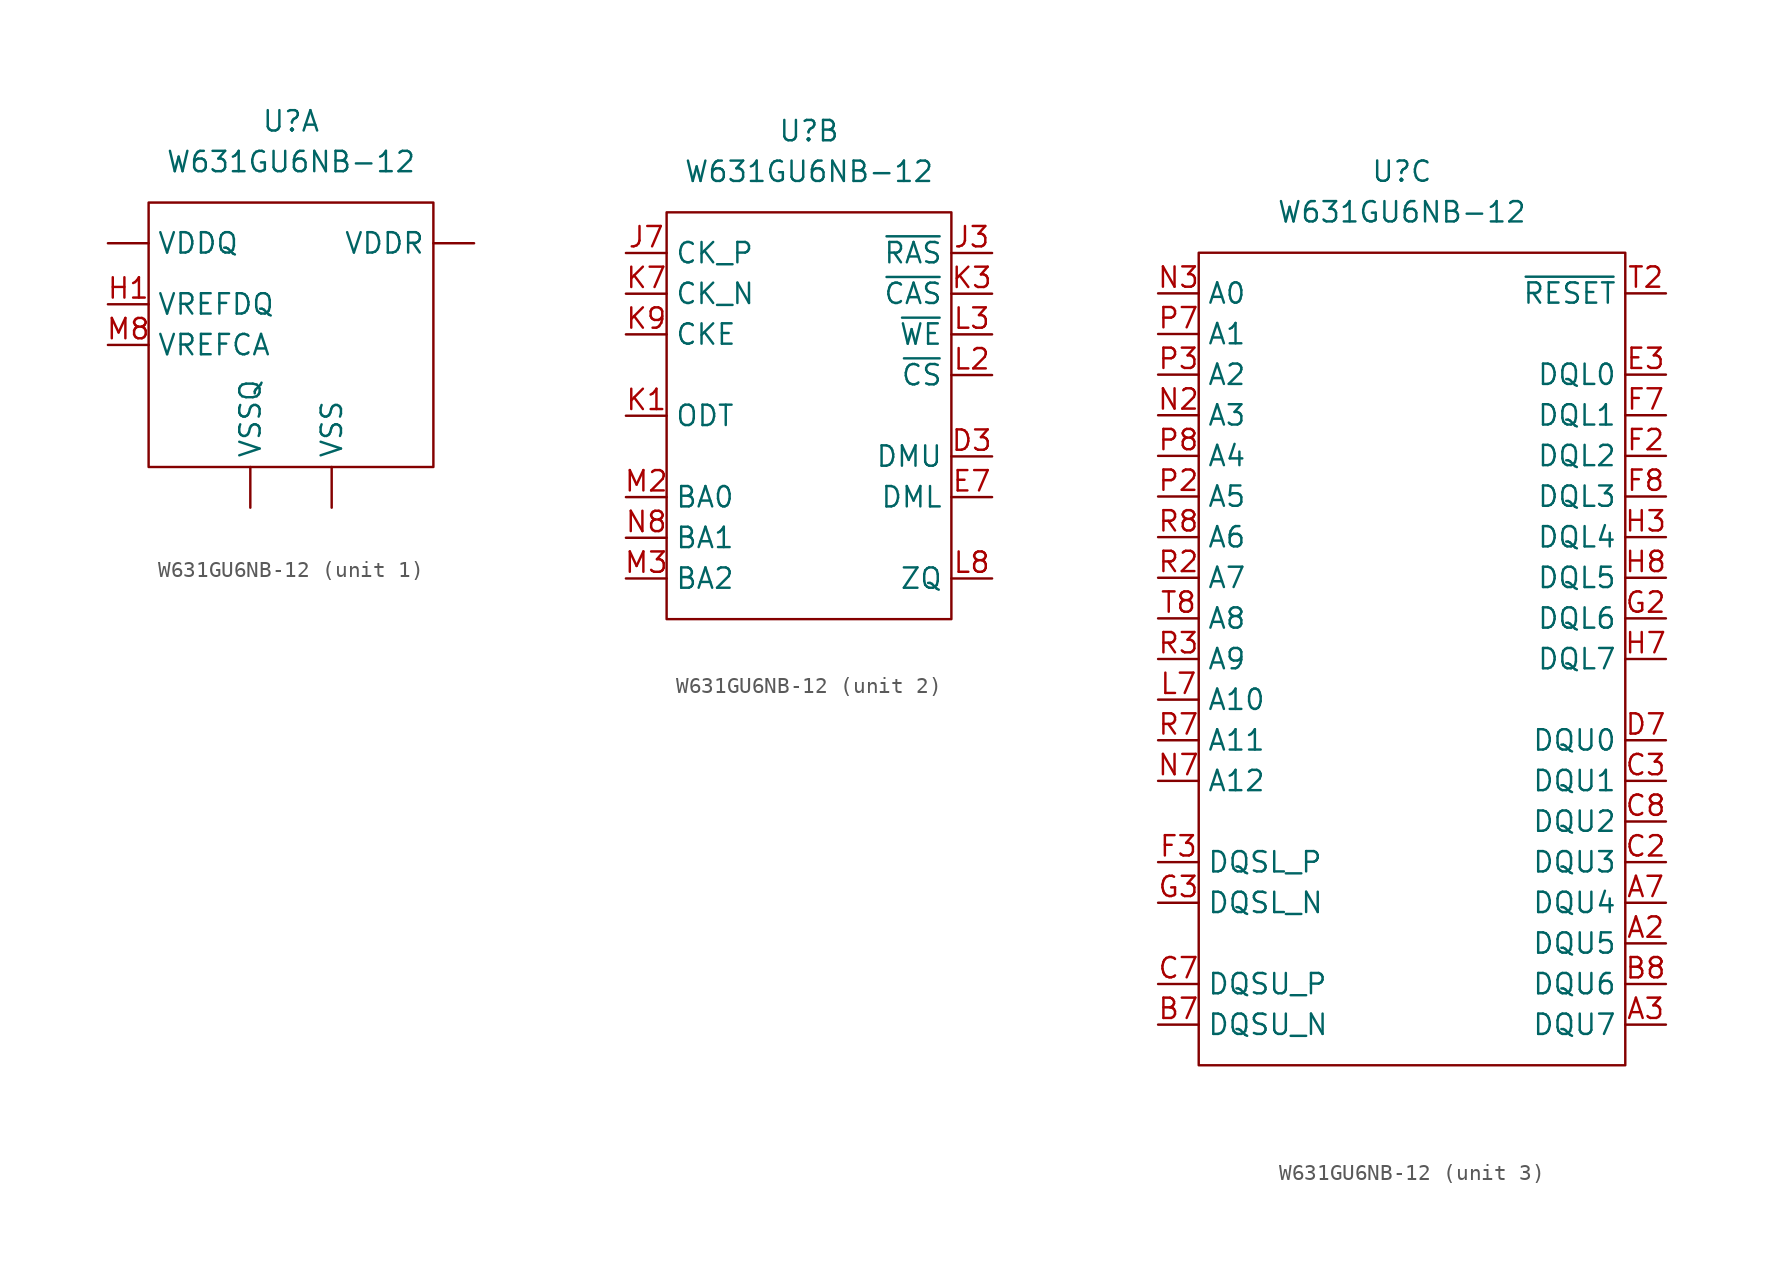
<source format=kicad_sym>
(kicad_symbol_lib
  (version 20211014)
  (generator kicad_symbol_editor)
  (symbol "W631GU6NB-12"
    (property "Reference" "U"
      (at 0 5.08 0)
      (effects (font (size 1.27 1.27))))
    (property "Value" "W631GU6NB-12"
      (at 0 2.54 0)
      (effects (font (size 1.27 1.27))))
    (property "ki_locked" ""
      (at 0 0 0)
      (effects (font (size 1.27 1.27))))
    (symbol "W631GU6NB-12_1_0"
      (pin power_in line (at -11.43 -2.54 0) (length 2.54) (name "VDDQ" (effects (font (size 1.27 1.27)))) (number "A1" (effects (font (size 0 0)))))
      (pin power_in line (at -11.43 -2.54 0) (length 2.54) hide (name "VDDQ" (effects (font (size 1.27 1.27)))) (number "A8" (effects (font (size 1.27 1.27)))))
      (pin power_in line (at 2.54 -19.05 90) (length 2.54) (name "VSS" (effects (font (size 1.27 1.27)))) (number "A9" (effects (font (size 0 0)))))
      (pin power_in line (at -2.54 -19.05 90) (length 2.54) (name "VSSQ" (effects (font (size 1.27 1.27)))) (number "B1" (effects (font (size 0 0)))))
      (pin power_in line (at 11.43 -2.54 180) (length 2.54) (name "VDDR" (effects (font (size 1.27 1.27)))) (number "B2" (effects (font (size 0 0)))))
      (pin power_in line (at 2.54 -19.05 90) (length 2.54) hide (name "VSS" (effects (font (size 1.27 1.27)))) (number "B3" (effects (font (size 0 0)))))
      (pin power_in line (at -2.54 -19.05 90) (length 2.54) hide (name "VSSQ" (effects (font (size 1.27 1.27)))) (number "B9" (effects (font (size 1.27 1.27)))))
      (pin power_in line (at -11.43 -2.54 0) (length 2.54) hide (name "VDDQ" (effects (font (size 1.27 1.27)))) (number "C1" (effects (font (size 1.27 1.27)))))
      (pin power_in line (at -11.43 -2.54 0) (length 2.54) hide (name "VDDQ" (effects (font (size 1.27 1.27)))) (number "C9" (effects (font (size 1.27 1.27)))))
      (pin power_in line (at -2.54 -19.05 90) (length 2.54) hide (name "VSSQ" (effects (font (size 1.27 1.27)))) (number "D1" (effects (font (size 1.27 1.27)))))
      (pin power_in line (at -11.43 -2.54 0) (length 2.54) hide (name "VDDQ" (effects (font (size 1.27 1.27)))) (number "D2" (effects (font (size 1.27 1.27)))))
      (pin power_in line (at -2.54 -19.05 90) (length 2.54) hide (name "VSSQ" (effects (font (size 1.27 1.27)))) (number "D8" (effects (font (size 1.27 1.27)))))
      (pin power_in line (at 11.43 -2.54 180) (length 2.54) hide (name "VDDR" (effects (font (size 1.27 1.27)))) (number "D9" (effects (font (size 0 0)))))
      (pin power_in line (at 2.54 -19.05 90) (length 2.54) hide (name "VSS" (effects (font (size 1.27 1.27)))) (number "E1" (effects (font (size 0 0)))))
      (pin power_in line (at -2.54 -19.05 90) (length 2.54) hide (name "VSSQ" (effects (font (size 1.27 1.27)))) (number "E2" (effects (font (size 1.27 1.27)))))
      (pin power_in line (at -2.54 -19.05 90) (length 2.54) hide (name "VSSQ" (effects (font (size 1.27 1.27)))) (number "E8" (effects (font (size 1.27 1.27)))))
      (pin power_in line (at -11.43 -2.54 0) (length 2.54) hide (name "VDDQ" (effects (font (size 1.27 1.27)))) (number "E9" (effects (font (size 1.27 1.27)))))
      (pin power_in line (at -11.43 -2.54 0) (length 2.54) hide (name "VDDQ" (effects (font (size 1.27 1.27)))) (number "F1" (effects (font (size 1.27 1.27)))))
      (pin power_in line (at -2.54 -19.05 90) (length 2.54) hide (name "VSSQ" (effects (font (size 1.27 1.27)))) (number "F9" (effects (font (size 1.27 1.27)))))
      (pin power_in line (at -2.54 -19.05 90) (length 2.54) hide (name "VSSQ" (effects (font (size 1.27 1.27)))) (number "G1" (effects (font (size 1.27 1.27)))))
      (pin power_in line (at 11.43 -2.54 180) (length 2.54) hide (name "VDDR" (effects (font (size 1.27 1.27)))) (number "G7" (effects (font (size 0 0)))))
      (pin power_in line (at 2.54 -19.05 90) (length 2.54) hide (name "VSS" (effects (font (size 1.27 1.27)))) (number "G8" (effects (font (size 0 0)))))
      (pin power_in line (at -2.54 -19.05 90) (length 2.54) hide (name "VSSQ" (effects (font (size 1.27 1.27)))) (number "G9" (effects (font (size 1.27 1.27)))))
      (pin power_in line (at -11.43 -6.35 0) (length 2.54) (name "VREFDQ" (effects (font (size 1.27 1.27)))) (number "H1" (effects (font (size 1.27 1.27)))))
      (pin power_in line (at -11.43 -2.54 0) (length 2.54) hide (name "VDDQ" (effects (font (size 1.27 1.27)))) (number "H2" (effects (font (size 1.27 1.27)))))
      (pin power_in line (at -11.43 -2.54 0) (length 2.54) hide (name "VDDQ" (effects (font (size 1.27 1.27)))) (number "H9" (effects (font (size 1.27 1.27)))))
      (pin power_in line (at 2.54 -19.05 90) (length 2.54) hide (name "VSS" (effects (font (size 1.27 1.27)))) (number "J2" (effects (font (size 0 0)))))
      (pin power_in line (at 2.54 -19.05 90) (length 2.54) hide (name "VSS" (effects (font (size 1.27 1.27)))) (number "J8" (effects (font (size 0 0)))))
      (pin power_in line (at 11.43 -2.54 180) (length 2.54) hide (name "VDDR" (effects (font (size 1.27 1.27)))) (number "K2" (effects (font (size 0 0)))))
      (pin power_in line (at 11.43 -2.54 180) (length 2.54) hide (name "VDDR" (effects (font (size 1.27 1.27)))) (number "K8" (effects (font (size 0 0)))))
      (pin power_in line (at 2.54 -19.05 90) (length 2.54) hide (name "VSS" (effects (font (size 1.27 1.27)))) (number "M1" (effects (font (size 0 0)))))
      (pin power_in line (at -11.43 -8.89 0) (length 2.54) (name "VREFCA" (effects (font (size 1.27 1.27)))) (number "M8" (effects (font (size 1.27 1.27)))))
      (pin power_in line (at 2.54 -19.05 90) (length 2.54) hide (name "VSS" (effects (font (size 1.27 1.27)))) (number "M9" (effects (font (size 0 0)))))
      (pin power_in line (at 11.43 -2.54 180) (length 2.54) hide (name "VDDR" (effects (font (size 1.27 1.27)))) (number "N1" (effects (font (size 0 0)))))
      (pin power_in line (at 11.43 -2.54 180) (length 2.54) hide (name "VDDR" (effects (font (size 1.27 1.27)))) (number "N9" (effects (font (size 0 0)))))
      (pin power_in line (at 2.54 -19.05 90) (length 2.54) hide (name "VSS" (effects (font (size 1.27 1.27)))) (number "P1" (effects (font (size 0 0)))))
      (pin power_in line (at 2.54 -19.05 90) (length 2.54) hide (name "VSS" (effects (font (size 1.27 1.27)))) (number "P9" (effects (font (size 0 0)))))
      (pin power_in line (at 11.43 -2.54 180) (length 2.54) hide (name "VDDR" (effects (font (size 1.27 1.27)))) (number "R1" (effects (font (size 0 0)))))
      (pin power_in line (at 11.43 -2.54 180) (length 2.54) hide (name "VDDR" (effects (font (size 1.27 1.27)))) (number "R9" (effects (font (size 0 0)))))
      (pin power_in line (at 2.54 -19.05 90) (length 2.54) hide (name "VSS" (effects (font (size 1.27 1.27)))) (number "T1" (effects (font (size 0 0)))))
      (pin power_in line (at 2.54 -19.05 90) (length 2.54) hide (name "VSS" (effects (font (size 1.27 1.27)))) (number "T9" (effects (font (size 0 0))))))
    (symbol "W631GU6NB-12_1_1"
      (rectangle (start -8.89 0) (end 8.89 -16.51) (stroke (width 0.152) (type default) (color 0 0 0 0)) (fill (type none))))
    (symbol "W631GU6NB-12_2_0"
      (pin input line (at 11.43 -15.24 180) (length 2.54) (name "DMU" (effects (font (size 1.27 1.27)))) (number "D3" (effects (font (size 1.27 1.27)))))
      (pin input line (at 11.43 -17.78 180) (length 2.54) (name "DML" (effects (font (size 1.27 1.27)))) (number "E7" (effects (font (size 1.27 1.27)))))
      (pin input line (at 11.43 -2.54 180) (length 2.54) (name "~{RAS}" (effects (font (size 1.27 1.27)))) (number "J3" (effects (font (size 1.27 1.27)))))
      (pin input line (at -11.43 -2.54 0) (length 2.54) (name "CK_P" (effects (font (size 1.27 1.27)))) (number "J7" (effects (font (size 1.27 1.27)))))
      (pin input line (at -11.43 -12.7 0) (length 2.54) (name "ODT" (effects (font (size 1.27 1.27)))) (number "K1" (effects (font (size 1.27 1.27)))))
      (pin input line (at 11.43 -5.08 180) (length 2.54) (name "~{CAS}" (effects (font (size 1.27 1.27)))) (number "K3" (effects (font (size 1.27 1.27)))))
      (pin input line (at -11.43 -5.08 0) (length 2.54) (name "CK_N" (effects (font (size 1.27 1.27)))) (number "K7" (effects (font (size 1.27 1.27)))))
      (pin input line (at -11.43 -7.62 0) (length 2.54) (name "CKE" (effects (font (size 1.27 1.27)))) (number "K9" (effects (font (size 1.27 1.27)))))
      (pin input line (at 11.43 -10.16 180) (length 2.54) (name "~{CS}" (effects (font (size 1.27 1.27)))) (number "L2" (effects (font (size 1.27 1.27)))))
      (pin input line (at 11.43 -7.62 180) (length 2.54) (name "~{WE}" (effects (font (size 1.27 1.27)))) (number "L3" (effects (font (size 1.27 1.27)))))
      (pin passive line (at 11.43 -22.86 180) (length 2.54) (name "ZQ" (effects (font (size 1.27 1.27)))) (number "L8" (effects (font (size 1.27 1.27)))))
      (pin input line (at -11.43 -17.78 0) (length 2.54) (name "BA0" (effects (font (size 1.27 1.27)))) (number "M2" (effects (font (size 1.27 1.27)))))
      (pin input line (at -11.43 -22.86 0) (length 2.54) (name "BA2" (effects (font (size 1.27 1.27)))) (number "M3" (effects (font (size 1.27 1.27)))))
      (pin input line (at -11.43 -20.32 0) (length 2.54) (name "BA1" (effects (font (size 1.27 1.27)))) (number "N8" (effects (font (size 1.27 1.27))))))
    (symbol "W631GU6NB-12_2_1"
      (rectangle (start -8.89 0) (end 8.89 -25.4) (stroke (width 0.152) (type default) (color 0 0 0 0)) (fill (type none))))
    (symbol "W631GU6NB-12_3_0"
      (pin bidirectional line (at 16.51 -43.18 180) (length 2.54) (name "DQU5" (effects (font (size 1.27 1.27)))) (number "A2" (effects (font (size 1.27 1.27)))))
      (pin bidirectional line (at 16.51 -48.26 180) (length 2.54) (name "DQU7" (effects (font (size 1.27 1.27)))) (number "A3" (effects (font (size 1.27 1.27)))))
      (pin bidirectional line (at 16.51 -40.64 180) (length 2.54) (name "DQU4" (effects (font (size 1.27 1.27)))) (number "A7" (effects (font (size 1.27 1.27)))))
      (pin bidirectional line (at -15.24 -48.26 0) (length 2.54) (name "DQSU_N" (effects (font (size 1.27 1.27)))) (number "B7" (effects (font (size 1.27 1.27)))))
      (pin bidirectional line (at 16.51 -45.72 180) (length 2.54) (name "DQU6" (effects (font (size 1.27 1.27)))) (number "B8" (effects (font (size 1.27 1.27)))))
      (pin bidirectional line (at 16.51 -38.1 180) (length 2.54) (name "DQU3" (effects (font (size 1.27 1.27)))) (number "C2" (effects (font (size 1.27 1.27)))))
      (pin bidirectional line (at 16.51 -33.02 180) (length 2.54) (name "DQU1" (effects (font (size 1.27 1.27)))) (number "C3" (effects (font (size 1.27 1.27)))))
      (pin bidirectional line (at -15.24 -45.72 0) (length 2.54) (name "DQSU_P" (effects (font (size 1.27 1.27)))) (number "C7" (effects (font (size 1.27 1.27)))))
      (pin bidirectional line (at 16.51 -35.56 180) (length 2.54) (name "DQU2" (effects (font (size 1.27 1.27)))) (number "C8" (effects (font (size 1.27 1.27)))))
      (pin bidirectional line (at 16.51 -30.48 180) (length 2.54) (name "DQU0" (effects (font (size 1.27 1.27)))) (number "D7" (effects (font (size 1.27 1.27)))))
      (pin bidirectional line (at 16.51 -7.62 180) (length 2.54) (name "DQL0" (effects (font (size 1.27 1.27)))) (number "E3" (effects (font (size 1.27 1.27)))))
      (pin bidirectional line (at 16.51 -12.7 180) (length 2.54) (name "DQL2" (effects (font (size 1.27 1.27)))) (number "F2" (effects (font (size 1.27 1.27)))))
      (pin bidirectional line (at -15.24 -38.1 0) (length 2.54) (name "DQSL_P" (effects (font (size 1.27 1.27)))) (number "F3" (effects (font (size 1.27 1.27)))))
      (pin bidirectional line (at 16.51 -10.16 180) (length 2.54) (name "DQL1" (effects (font (size 1.27 1.27)))) (number "F7" (effects (font (size 1.27 1.27)))))
      (pin bidirectional line (at 16.51 -15.24 180) (length 2.54) (name "DQL3" (effects (font (size 1.27 1.27)))) (number "F8" (effects (font (size 1.27 1.27)))))
      (pin bidirectional line (at 16.51 -22.86 180) (length 2.54) (name "DQL6" (effects (font (size 1.27 1.27)))) (number "G2" (effects (font (size 1.27 1.27)))))
      (pin bidirectional line (at -15.24 -40.64 0) (length 2.54) (name "DQSL_N" (effects (font (size 1.27 1.27)))) (number "G3" (effects (font (size 1.27 1.27)))))
      (pin bidirectional line (at 16.51 -17.78 180) (length 2.54) (name "DQL4" (effects (font (size 1.27 1.27)))) (number "H3" (effects (font (size 1.27 1.27)))))
      (pin bidirectional line (at 16.51 -25.4 180) (length 2.54) (name "DQL7" (effects (font (size 1.27 1.27)))) (number "H7" (effects (font (size 1.27 1.27)))))
      (pin bidirectional line (at 16.51 -20.32 180) (length 2.54) (name "DQL5" (effects (font (size 1.27 1.27)))) (number "H8" (effects (font (size 1.27 1.27)))))
      (pin input line (at -15.24 -27.94 0) (length 2.54) (name "A10" (effects (font (size 1.27 1.27)))) (number "L7" (effects (font (size 1.27 1.27)))))
      (pin input line (at -15.24 -10.16 0) (length 2.54) (name "A3" (effects (font (size 1.27 1.27)))) (number "N2" (effects (font (size 1.27 1.27)))))
      (pin input line (at -15.24 -2.54 0) (length 2.54) (name "A0" (effects (font (size 1.27 1.27)))) (number "N3" (effects (font (size 1.27 1.27)))))
      (pin input line (at -15.24 -33.02 0) (length 2.54) (name "A12" (effects (font (size 1.27 1.27)))) (number "N7" (effects (font (size 1.27 1.27)))))
      (pin input line (at -15.24 -15.24 0) (length 2.54) (name "A5" (effects (font (size 1.27 1.27)))) (number "P2" (effects (font (size 1.27 1.27)))))
      (pin input line (at -15.24 -7.62 0) (length 2.54) (name "A2" (effects (font (size 1.27 1.27)))) (number "P3" (effects (font (size 1.27 1.27)))))
      (pin input line (at -15.24 -5.08 0) (length 2.54) (name "A1" (effects (font (size 1.27 1.27)))) (number "P7" (effects (font (size 1.27 1.27)))))
      (pin input line (at -15.24 -12.7 0) (length 2.54) (name "A4" (effects (font (size 1.27 1.27)))) (number "P8" (effects (font (size 1.27 1.27)))))
      (pin input line (at -15.24 -20.32 0) (length 2.54) (name "A7" (effects (font (size 1.27 1.27)))) (number "R2" (effects (font (size 1.27 1.27)))))
      (pin input line (at -15.24 -25.4 0) (length 2.54) (name "A9" (effects (font (size 1.27 1.27)))) (number "R3" (effects (font (size 1.27 1.27)))))
      (pin input line (at -15.24 -30.48 0) (length 2.54) (name "A11" (effects (font (size 1.27 1.27)))) (number "R7" (effects (font (size 1.27 1.27)))))
      (pin input line (at -15.24 -17.78 0) (length 2.54) (name "A6" (effects (font (size 1.27 1.27)))) (number "R8" (effects (font (size 1.27 1.27)))))
      (pin input line (at 16.51 -2.54 180) (length 2.54) (name "~{RESET}" (effects (font (size 1.27 1.27)))) (number "T2" (effects (font (size 1.27 1.27)))))
      (pin input line (at -15.24 -22.86 0) (length 2.54) (name "A8" (effects (font (size 1.27 1.27)))) (number "T8" (effects (font (size 1.27 1.27))))))
    (symbol "W631GU6NB-12_3_1"
      (rectangle (start -12.7 0) (end 13.97 -50.8) (stroke (width 0.152) (type default) (color 0 0 0 0)) (fill (type none))))))
</source>
